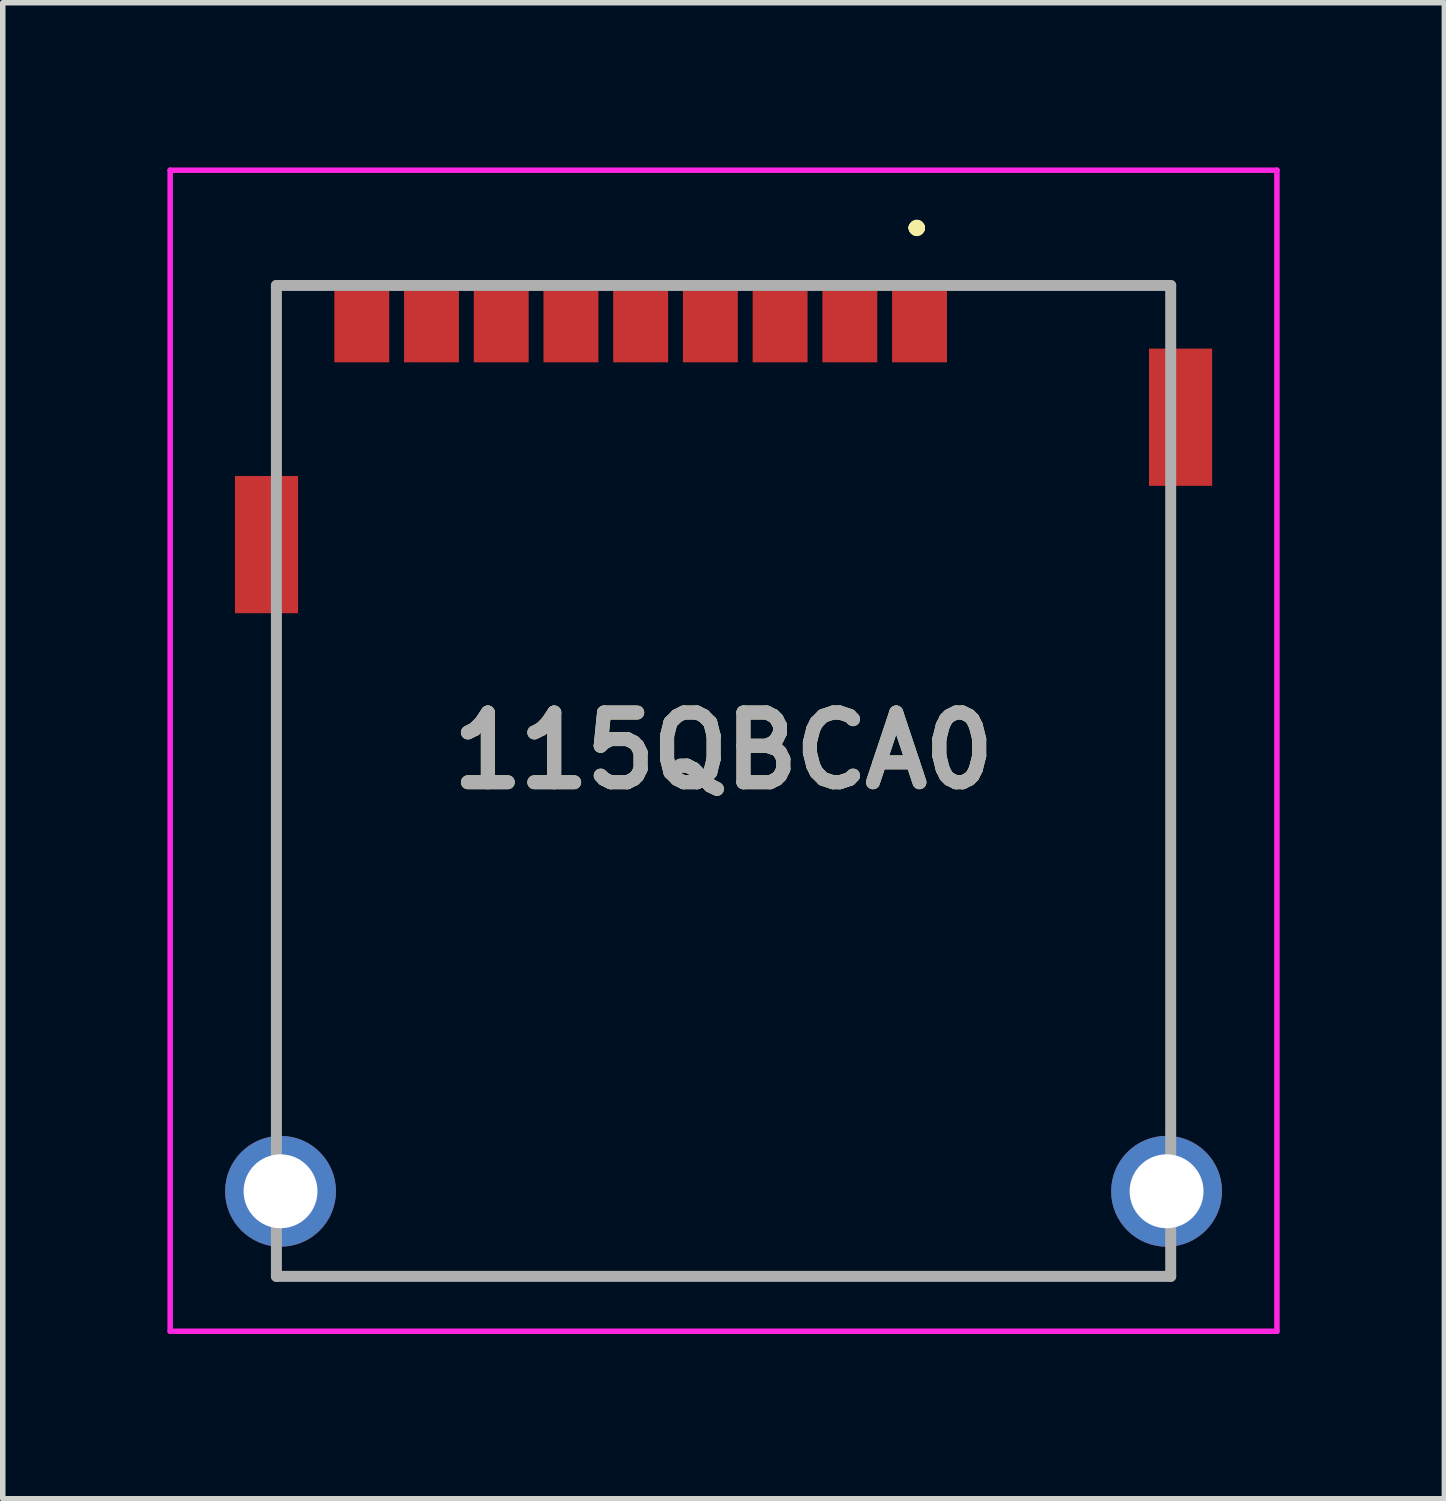
<source format=kicad_pcb>
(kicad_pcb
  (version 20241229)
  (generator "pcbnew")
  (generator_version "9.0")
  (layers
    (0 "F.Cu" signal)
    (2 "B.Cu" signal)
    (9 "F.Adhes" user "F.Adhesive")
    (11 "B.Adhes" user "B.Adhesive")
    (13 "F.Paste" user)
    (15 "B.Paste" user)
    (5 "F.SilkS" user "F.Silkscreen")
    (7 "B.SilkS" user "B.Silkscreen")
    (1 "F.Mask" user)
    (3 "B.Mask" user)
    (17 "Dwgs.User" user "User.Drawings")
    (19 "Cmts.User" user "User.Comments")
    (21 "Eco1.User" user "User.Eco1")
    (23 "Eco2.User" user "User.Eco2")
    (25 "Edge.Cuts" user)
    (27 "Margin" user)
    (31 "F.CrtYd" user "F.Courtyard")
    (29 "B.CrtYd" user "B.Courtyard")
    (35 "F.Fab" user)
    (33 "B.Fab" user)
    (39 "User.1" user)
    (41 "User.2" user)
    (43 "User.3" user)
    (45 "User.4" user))
  (footprint "115QBCA0"
    (layer "F.Cu")
    (at 10.13 11.175)
    (property "Reference" "115QBCA0" (at 0 -0.55 0) (layer "F.SilkS") (effects (font (size 1.27 1.27) (thickness 0.254))))
    (attr through_hole)
    (fp_line (start -8.145 -9.025) (end -8.145 -9.025) (stroke (width 0.1) (type solid)) (layer "F.SilkS"))
    (fp_line (start -8.145 -9.025) (end -8.145 -6.525) (stroke (width 0.1) (type solid)) (layer "F.SilkS"))
    (fp_line (start -8.145 -6.525) (end -8.145 -9.025) (stroke (width 0.1) (type solid)) (layer "F.SilkS"))
    (fp_line (start -8.145 -6.525) (end -8.145 -6.525) (stroke (width 0.1) (type solid)) (layer "F.SilkS"))
    (fp_line (start -8.145 -2.275) (end -8.145 -2.275) (stroke (width 0.1) (type solid)) (layer "F.SilkS"))
    (fp_line (start -8.145 -2.275) (end -8.145 5.475) (stroke (width 0.1) (type solid)) (layer "F.SilkS"))
    (fp_line (start -8.145 5.475) (end -8.145 -2.275) (stroke (width 0.1) (type solid)) (layer "F.SilkS"))
    (fp_line (start -8.145 5.475) (end -8.145 5.475) (stroke (width 0.1) (type solid)) (layer "F.SilkS"))
    (fp_line (start -6.18 9.025) (end -6.18 9.025) (stroke (width 0.1) (type solid)) (layer "F.SilkS"))
    (fp_line (start -6.18 9.025) (end 6.07 9.025) (stroke (width 0.1) (type solid)) (layer "F.SilkS"))
    (fp_line (start 3.47 -10.075) (end 3.47 -10.075) (stroke (width 0.2) (type solid)) (layer "F.SilkS"))
    (fp_line (start 3.47 -10.075) (end 3.47 -10.075) (stroke (width 0.2) (type solid)) (layer "F.SilkS"))
    (fp_line (start 3.57 -10.075) (end 3.57 -10.075) (stroke (width 0.2) (type solid)) (layer "F.SilkS"))
    (fp_line (start 5.07 -9.025) (end 5.07 -9.025) (stroke (width 0.1) (type solid)) (layer "F.SilkS"))
    (fp_line (start 5.07 -9.025) (end 8.145 -9.025) (stroke (width 0.1) (type solid)) (layer "F.SilkS"))
    (fp_line (start 6.07 9.025) (end -6.18 9.025) (stroke (width 0.1) (type solid)) (layer "F.SilkS"))
    (fp_line (start 6.07 9.025) (end 6.07 9.025) (stroke (width 0.1) (type solid)) (layer "F.SilkS"))
    (fp_line (start 8.145 -9.025) (end 5.07 -9.025) (stroke (width 0.1) (type solid)) (layer "F.SilkS"))
    (fp_line (start 8.145 -9.025) (end 8.145 -9.025) (stroke (width 0.1) (type solid)) (layer "F.SilkS"))
    (fp_line (start 8.145 -4.525) (end 8.145 -4.525) (stroke (width 0.1) (type solid)) (layer "F.SilkS"))
    (fp_line (start 8.145 -4.525) (end 8.145 5.475) (stroke (width 0.1) (type solid)) (layer "F.SilkS"))
    (fp_line (start 8.145 5.475) (end 8.145 -4.525) (stroke (width 0.1) (type solid)) (layer "F.SilkS"))
    (fp_line (start 8.145 5.475) (end 8.145 5.475) (stroke (width 0.1) (type solid)) (layer "F.SilkS"))
    (fp_arc (start 3.47 -10.075) (mid 3.52 -10.125) (end 3.57 -10.075) (stroke (width 0.2) (type solid)) (layer "F.SilkS"))
    (fp_arc (start 3.57 -10.075) (mid 3.52 -10.025) (end 3.47 -10.075) (stroke (width 0.2) (type solid)) (layer "F.SilkS"))
    (fp_arc (start 3.57 -10.075) (mid 3.52 -10.025) (end 3.47 -10.075) (stroke (width 0.2) (type solid)) (layer "F.SilkS"))
    (fp_line (start -10.08 -11.125) (end 10.08 -11.125) (stroke (width 0.1) (type solid)) (layer "F.CrtYd"))
    (fp_line (start -10.08 10.025) (end -10.08 -11.125) (stroke (width 0.1) (type solid)) (layer "F.CrtYd"))
    (fp_line (start 10.08 -11.125) (end 10.08 10.025) (stroke (width 0.1) (type solid)) (layer "F.CrtYd"))
    (fp_line (start 10.08 10.025) (end -10.08 10.025) (stroke (width 0.1) (type solid)) (layer "F.CrtYd"))
    (fp_line (start -8.145 -9.025) (end -8.145 9.025) (stroke (width 0.2) (type solid)) (layer "F.Fab"))
    (fp_line (start -8.145 9.025) (end 8.145 9.025) (stroke (width 0.2) (type solid)) (layer "F.Fab"))
    (fp_line (start 8.145 -9.025) (end -8.145 -9.025) (stroke (width 0.2) (type solid)) (layer "F.Fab"))
    (fp_line (start 8.145 9.025) (end 8.145 -9.025) (stroke (width 0.2) (type solid)) (layer "F.Fab"))
    (fp_text user "${REFERENCE}" (at 0 -0.55 0) (layer "F.Fab") (effects (font (size 1.27 1.27) (thickness 0.254))))
    (pad "CD1" smd rect (at -6.59 -8.275) (size 1 1.3) (layers "F.Cu" "F.Mask" "F.Paste"))
    (pad "G1" thru_hole circle (at -8.07 7.475) (size 2.019 2.019) (drill 1.346) (layers "*.Cu" "*.Mask"))
    (pad "G2" thru_hole circle (at 8.07 7.475) (size 2.019 2.019) (drill 1.346) (layers "*.Cu" "*.Mask"))
    (pad "G3" smd rect (at -8.325 -4.305) (size 1.15 2.5) (layers "F.Cu" "F.Mask" "F.Paste"))
    (pad "G4" smd rect (at 8.325 -6.625) (size 1.15 2.5) (layers "F.Cu" "F.Mask" "F.Paste"))
    (pad "P1" smd rect (at 3.57 -8.275) (size 1 1.3) (layers "F.Cu" "F.Mask" "F.Paste"))
    (pad "P2" smd rect (at 1.03 -8.275) (size 1 1.3) (layers "F.Cu" "F.Mask" "F.Paste"))
    (pad "P3" smd rect (at -1.51 -8.275) (size 1 1.3) (layers "F.Cu" "F.Mask" "F.Paste"))
    (pad "P4" smd rect (at -4.05 -8.275) (size 1 1.3) (layers "F.Cu" "F.Mask" "F.Paste"))
    (pad "P5" smd rect (at 2.3 -8.275) (size 1 1.3) (layers "F.Cu" "F.Mask" "F.Paste"))
    (pad "P6" smd rect (at -0.24 -8.275) (size 1 1.3) (layers "F.Cu" "F.Mask" "F.Paste"))
    (pad "P7" smd rect (at -2.78 -8.275) (size 1 1.3) (layers "F.Cu" "F.Mask" "F.Paste"))
    (pad "P8" smd rect (at -5.32 -8.275) (size 1 1.3) (layers "F.Cu" "F.Mask" "F.Paste")))
  (gr_rect
    (start -3 -3)
    (end 23.26 24.25)
    (stroke (width 0.1) (type default))
    (fill no)
    (layer "Edge.Cuts")))
</source>
